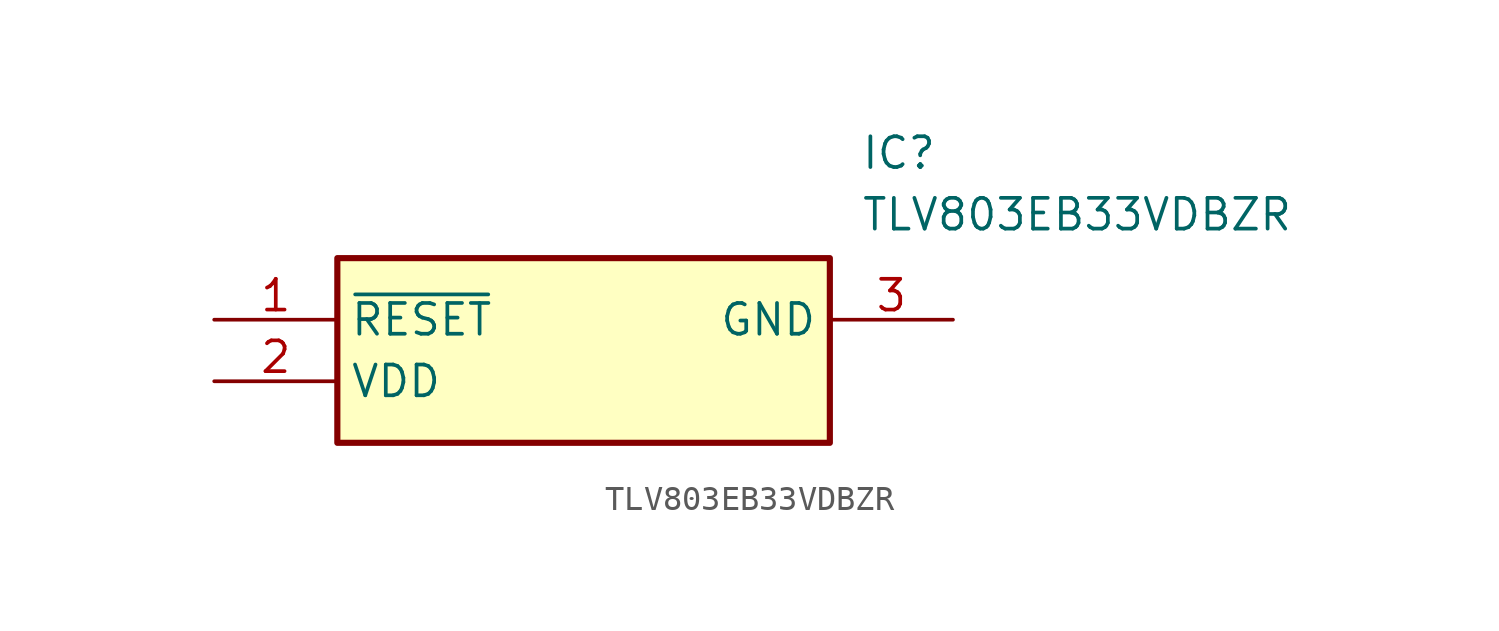
<source format=kicad_sym>
(kicad_symbol_lib
  (version 20241209)
  (generator "kicad_symbol_editor")
  (generator_version "9.0")
  (symbol "TLV803EB33VDBZR"
    (property "Reference" "IC"
      (at 26.67 7.62 0)
      (effects (font (size 1.27 1.27)) (justify left top)))
    (property "Value" "TLV803EB33VDBZR"
      (at 26.67 5.08 0)
      (effects (font (size 1.27 1.27)) (justify left top)))
    (symbol "TLV803EB33VDBZR_1_1"
      (rectangle (start 5.08 2.54) (end 25.4 -5.08) (stroke (width 0.254) (type default)) (fill (type background)))
      (pin passive line (at 0 0 0) (length 5.08) (name "~{RESET}" (effects (font (size 1.27 1.27)))) (number "1" (effects (font (size 1.27 1.27)))))
      (pin passive line (at 0 -2.54 0) (length 5.08) (name "VDD" (effects (font (size 1.27 1.27)))) (number "2" (effects (font (size 1.27 1.27)))))
      (pin passive line (at 30.48 0 180) (length 5.08) (name "GND" (effects (font (size 1.27 1.27)))) (number "3" (effects (font (size 1.27 1.27))))))))
</source>
